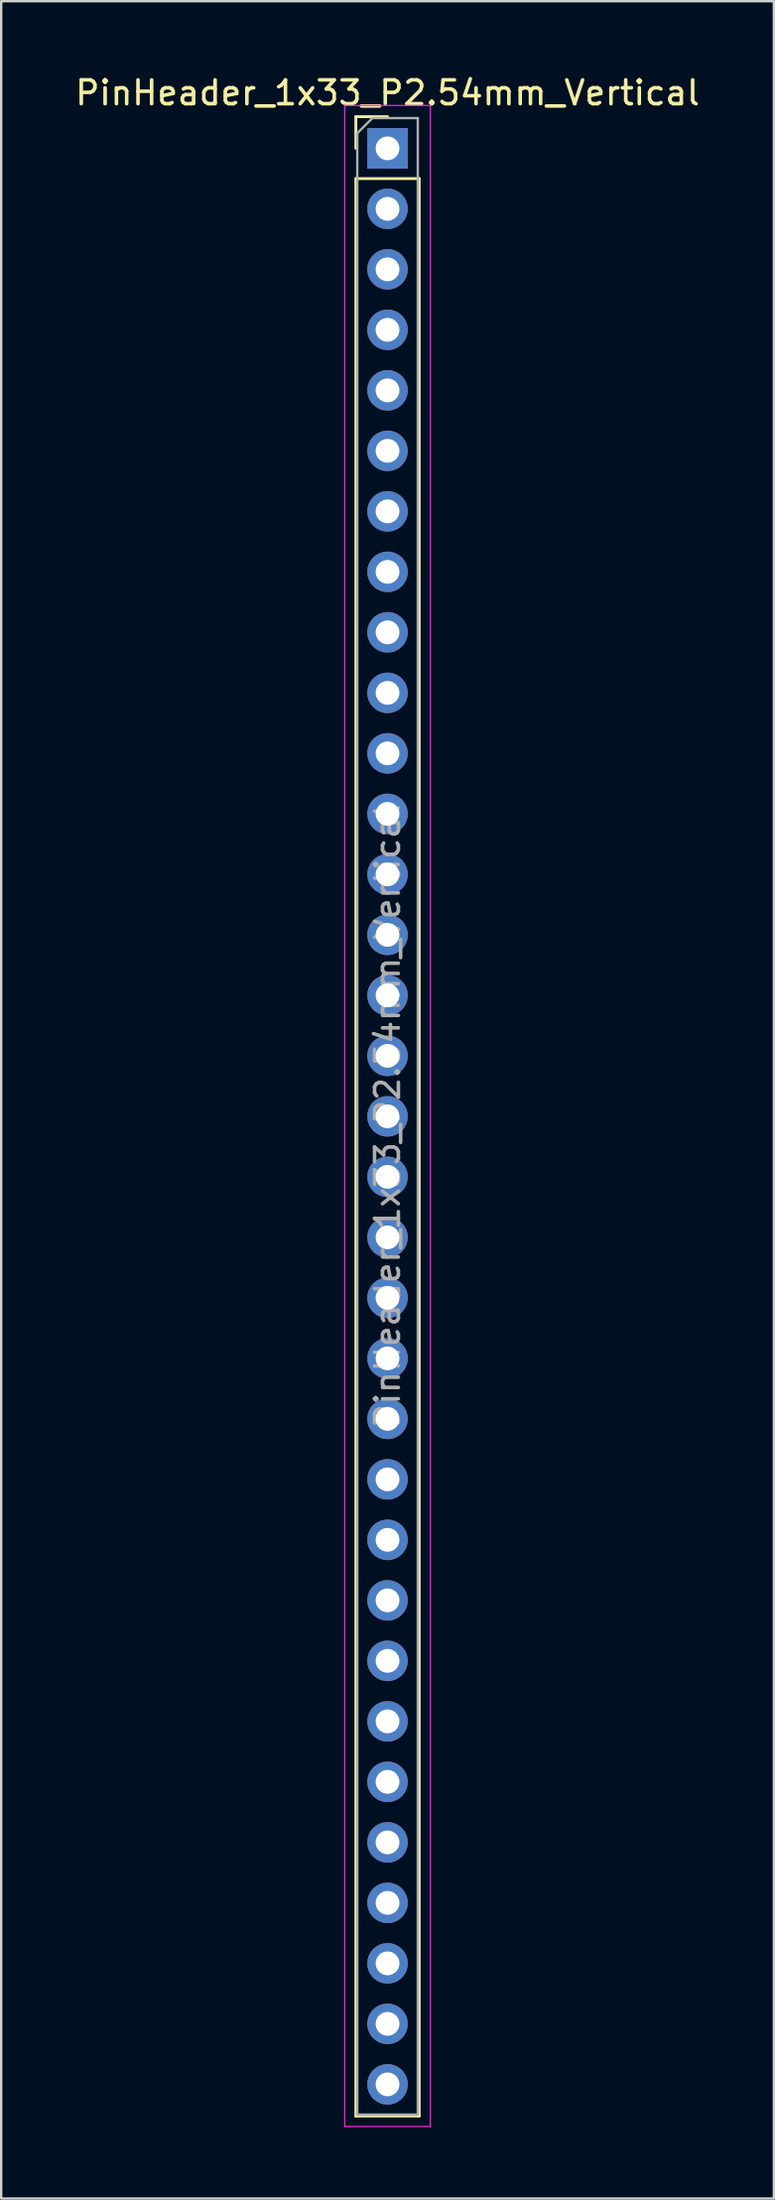
<source format=kicad_pcb>
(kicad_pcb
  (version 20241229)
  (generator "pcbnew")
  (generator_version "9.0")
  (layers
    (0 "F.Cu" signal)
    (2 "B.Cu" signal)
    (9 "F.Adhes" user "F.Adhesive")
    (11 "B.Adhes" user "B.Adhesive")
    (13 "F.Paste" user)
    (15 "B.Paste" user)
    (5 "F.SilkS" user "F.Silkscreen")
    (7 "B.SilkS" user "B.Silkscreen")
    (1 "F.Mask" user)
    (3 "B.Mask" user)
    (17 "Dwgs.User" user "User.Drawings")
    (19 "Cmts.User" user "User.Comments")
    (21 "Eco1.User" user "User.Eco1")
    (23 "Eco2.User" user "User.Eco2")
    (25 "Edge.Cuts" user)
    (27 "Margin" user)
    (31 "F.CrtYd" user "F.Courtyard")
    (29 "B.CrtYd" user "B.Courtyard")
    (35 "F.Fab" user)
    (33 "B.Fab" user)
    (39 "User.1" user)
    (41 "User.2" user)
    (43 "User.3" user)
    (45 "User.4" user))
  (footprint "PinHeader_1x33_P2.54mm_Vertical"
    (layer "F.Cu")
    (at 13.22 3.178)
    (property "Reference" "PinHeader_1x33_P2.54mm_Vertical" (at 0 -2.33 0) (layer "F.SilkS") (effects (font (size 1 1) (thickness 0.15))))
    (attr through_hole)
    (fp_line (start -1.33 -1.33) (end 0 -1.33) (stroke (width 0.12) (type solid)) (layer "F.SilkS"))
    (fp_line (start -1.33 0) (end -1.33 -1.33) (stroke (width 0.12) (type solid)) (layer "F.SilkS"))
    (fp_line (start -1.33 1.27) (end -1.33 82.61) (stroke (width 0.12) (type solid)) (layer "F.SilkS"))
    (fp_line (start -1.33 1.27) (end 1.33 1.27) (stroke (width 0.12) (type solid)) (layer "F.SilkS"))
    (fp_line (start -1.33 82.61) (end 1.33 82.61) (stroke (width 0.12) (type solid)) (layer "F.SilkS"))
    (fp_line (start 1.33 1.27) (end 1.33 82.61) (stroke (width 0.12) (type solid)) (layer "F.SilkS"))
    (fp_line (start -1.8 -1.8) (end -1.8 83.05) (stroke (width 0.05) (type solid)) (layer "F.CrtYd"))
    (fp_line (start -1.8 83.05) (end 1.8 83.05) (stroke (width 0.05) (type solid)) (layer "F.CrtYd"))
    (fp_line (start 1.8 -1.8) (end -1.8 -1.8) (stroke (width 0.05) (type solid)) (layer "F.CrtYd"))
    (fp_line (start 1.8 83.05) (end 1.8 -1.8) (stroke (width 0.05) (type solid)) (layer "F.CrtYd"))
    (fp_line (start -1.27 -0.635) (end -0.635 -1.27) (stroke (width 0.1) (type solid)) (layer "F.Fab"))
    (fp_line (start -1.27 82.55) (end -1.27 -0.635) (stroke (width 0.1) (type solid)) (layer "F.Fab"))
    (fp_line (start -0.635 -1.27) (end 1.27 -1.27) (stroke (width 0.1) (type solid)) (layer "F.Fab"))
    (fp_line (start 1.27 -1.27) (end 1.27 82.55) (stroke (width 0.1) (type solid)) (layer "F.Fab"))
    (fp_line (start 1.27 82.55) (end -1.27 82.55) (stroke (width 0.1) (type solid)) (layer "F.Fab"))
    (fp_text user "${REFERENCE}" (at 0 40.64 90) (layer "F.Fab") (effects (font (size 1 1) (thickness 0.15))))
    (pad "1" thru_hole rect (at 0 0) (size 1.7 1.7) (drill 1) (layers "*.Cu" "*.Mask"))
    (pad "2" thru_hole oval (at 0 2.54) (size 1.7 1.7) (drill 1) (layers "*.Cu" "*.Mask"))
    (pad "3" thru_hole oval (at 0 5.08) (size 1.7 1.7) (drill 1) (layers "*.Cu" "*.Mask"))
    (pad "4" thru_hole oval (at 0 7.62) (size 1.7 1.7) (drill 1) (layers "*.Cu" "*.Mask"))
    (pad "5" thru_hole oval (at 0 10.16) (size 1.7 1.7) (drill 1) (layers "*.Cu" "*.Mask"))
    (pad "6" thru_hole oval (at 0 12.7) (size 1.7 1.7) (drill 1) (layers "*.Cu" "*.Mask"))
    (pad "7" thru_hole oval (at 0 15.24) (size 1.7 1.7) (drill 1) (layers "*.Cu" "*.Mask"))
    (pad "8" thru_hole oval (at 0 17.78) (size 1.7 1.7) (drill 1) (layers "*.Cu" "*.Mask"))
    (pad "9" thru_hole oval (at 0 20.32) (size 1.7 1.7) (drill 1) (layers "*.Cu" "*.Mask"))
    (pad "10" thru_hole oval (at 0 22.86) (size 1.7 1.7) (drill 1) (layers "*.Cu" "*.Mask"))
    (pad "11" thru_hole oval (at 0 25.4) (size 1.7 1.7) (drill 1) (layers "*.Cu" "*.Mask"))
    (pad "12" thru_hole oval (at 0 27.94) (size 1.7 1.7) (drill 1) (layers "*.Cu" "*.Mask"))
    (pad "13" thru_hole oval (at 0 30.48) (size 1.7 1.7) (drill 1) (layers "*.Cu" "*.Mask"))
    (pad "14" thru_hole oval (at 0 33.02) (size 1.7 1.7) (drill 1) (layers "*.Cu" "*.Mask"))
    (pad "15" thru_hole oval (at 0 35.56) (size 1.7 1.7) (drill 1) (layers "*.Cu" "*.Mask"))
    (pad "16" thru_hole oval (at 0 38.1) (size 1.7 1.7) (drill 1) (layers "*.Cu" "*.Mask"))
    (pad "17" thru_hole oval (at 0 40.64) (size 1.7 1.7) (drill 1) (layers "*.Cu" "*.Mask"))
    (pad "18" thru_hole oval (at 0 43.18) (size 1.7 1.7) (drill 1) (layers "*.Cu" "*.Mask"))
    (pad "19" thru_hole oval (at 0 45.72) (size 1.7 1.7) (drill 1) (layers "*.Cu" "*.Mask"))
    (pad "20" thru_hole oval (at 0 48.26) (size 1.7 1.7) (drill 1) (layers "*.Cu" "*.Mask"))
    (pad "21" thru_hole oval (at 0 50.8) (size 1.7 1.7) (drill 1) (layers "*.Cu" "*.Mask"))
    (pad "22" thru_hole oval (at 0 53.34) (size 1.7 1.7) (drill 1) (layers "*.Cu" "*.Mask"))
    (pad "23" thru_hole oval (at 0 55.88) (size 1.7 1.7) (drill 1) (layers "*.Cu" "*.Mask"))
    (pad "24" thru_hole oval (at 0 58.42) (size 1.7 1.7) (drill 1) (layers "*.Cu" "*.Mask"))
    (pad "25" thru_hole oval (at 0 60.96) (size 1.7 1.7) (drill 1) (layers "*.Cu" "*.Mask"))
    (pad "26" thru_hole oval (at 0 63.5) (size 1.7 1.7) (drill 1) (layers "*.Cu" "*.Mask"))
    (pad "27" thru_hole oval (at 0 66.04) (size 1.7 1.7) (drill 1) (layers "*.Cu" "*.Mask"))
    (pad "28" thru_hole oval (at 0 68.58) (size 1.7 1.7) (drill 1) (layers "*.Cu" "*.Mask"))
    (pad "29" thru_hole oval (at 0 71.12) (size 1.7 1.7) (drill 1) (layers "*.Cu" "*.Mask"))
    (pad "30" thru_hole oval (at 0 73.66) (size 1.7 1.7) (drill 1) (layers "*.Cu" "*.Mask"))
    (pad "31" thru_hole oval (at 0 76.2) (size 1.7 1.7) (drill 1) (layers "*.Cu" "*.Mask"))
    (pad "32" thru_hole oval (at 0 78.74) (size 1.7 1.7) (drill 1) (layers "*.Cu" "*.Mask"))
    (pad "33" thru_hole oval (at 0 81.28) (size 1.7 1.7) (drill 1) (layers "*.Cu" "*.Mask")))
  (gr_rect
    (start -3 -3)
    (end 29.44 89.253)
    (stroke (width 0.1) (type default))
    (fill no)
    (layer "Edge.Cuts")))
</source>
